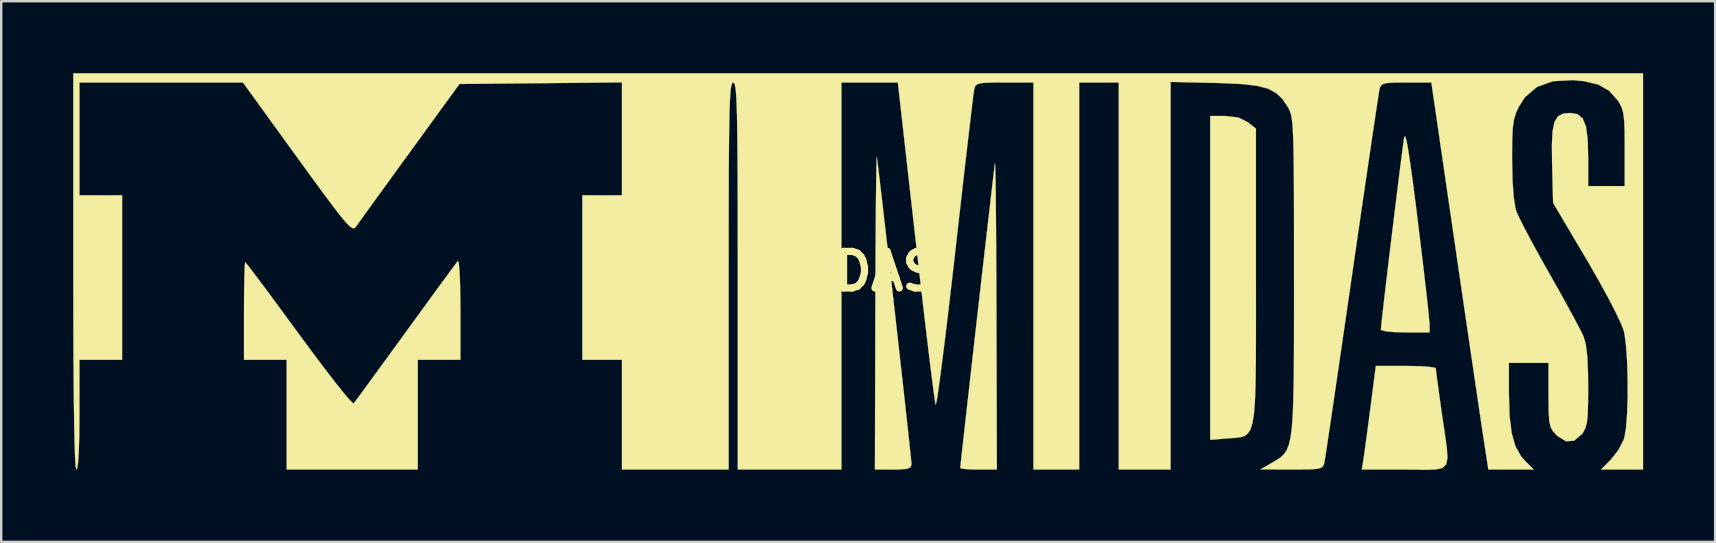
<source format=kicad_pcb>
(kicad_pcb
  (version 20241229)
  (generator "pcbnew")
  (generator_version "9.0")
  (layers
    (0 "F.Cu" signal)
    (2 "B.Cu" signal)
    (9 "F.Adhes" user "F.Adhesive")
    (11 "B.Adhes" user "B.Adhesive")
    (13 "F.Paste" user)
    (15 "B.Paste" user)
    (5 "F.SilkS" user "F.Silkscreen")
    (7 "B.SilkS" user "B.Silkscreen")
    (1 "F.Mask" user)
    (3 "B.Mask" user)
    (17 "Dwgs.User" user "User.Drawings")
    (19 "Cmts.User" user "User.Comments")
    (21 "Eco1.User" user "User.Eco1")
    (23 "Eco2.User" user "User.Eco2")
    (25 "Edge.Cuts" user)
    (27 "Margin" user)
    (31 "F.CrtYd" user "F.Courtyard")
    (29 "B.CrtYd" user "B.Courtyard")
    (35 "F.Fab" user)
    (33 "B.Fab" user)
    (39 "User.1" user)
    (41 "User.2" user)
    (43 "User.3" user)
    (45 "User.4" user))
  (footprint "MIDAS"
    (layer "F.Cu")
    (at 32.644 8.26)
    (property "Reference" "MIDAS" (at 0 0 0) (layer "F.SilkS") (effects (font (size 1.524 1.524) (thickness 0.3))))
    (attr through_hole)
    (fp_poly (pts (xy 15.903 -6.414) (xy 16.302 -6.214) (xy 16.637 -5.951) (xy 16.637 0.186) (xy 16.638 1.659) (xy 16.637 2.898) (xy 16.632 3.924) (xy 16.619 4.758) (xy 16.595 5.419) (xy 16.555 5.928) (xy 16.496 6.306) (xy 16.414 6.572) (xy 16.307 6.748) (xy 16.17 6.853) (xy 16 6.908) (xy 15.793 6.933) (xy 15.546 6.95) (xy 15.452 6.957) (xy 14.732 7.016) (xy 14.732 -6.477) (xy 15.35 -6.477) (xy 15.903 -6.414)) (stroke (width 0.01) (type solid)) (fill yes) (layer "F.SilkS"))
    (fp_poly (pts (xy 23.41 3.946) (xy 23.827 3.972) (xy 24.08 4.008) (xy 24.13 4.036) (xy 24.147 4.191) (xy 24.194 4.55) (xy 24.264 5.063) (xy 24.35 5.684) (xy 24.382 5.909) (xy 24.506 6.738) (xy 24.591 7.348) (xy 24.618 7.77) (xy 24.563 8.04) (xy 24.404 8.19) (xy 24.12 8.253) (xy 23.689 8.264) (xy 23.088 8.256) (xy 22.843 8.255) (xy 21.049 8.255) (xy 21.115 7.842) (xy 21.156 7.565) (xy 21.221 7.096) (xy 21.301 6.497) (xy 21.389 5.827) (xy 21.408 5.683) (xy 21.633 3.937) (xy 22.882 3.937) (xy 23.41 3.946)) (stroke (width 0.01) (type solid)) (fill yes) (layer "F.SilkS"))
    (fp_poly (pts (xy 0.868 -4.57) (xy 0.918 -4.159) (xy 0.989 -3.559) (xy 1.078 -2.799) (xy 1.18 -1.91) (xy 1.293 -0.921) (xy 1.414 0.139) (xy 1.538 1.239) (xy 1.664 2.349) (xy 1.786 3.44) (xy 1.903 4.483) (xy 2.01 5.446) (xy 2.104 6.302) (xy 2.182 7.019) (xy 2.24 7.569) (xy 2.276 7.92) (xy 2.286 8.042) (xy 2.243 8.163) (xy 2.078 8.228) (xy 1.737 8.253) (xy 1.524 8.255) (xy 0.762 8.255) (xy 0.779 1.619) (xy 0.783 0.358) (xy 0.789 -0.816) (xy 0.796 -1.879) (xy 0.803 -2.81) (xy 0.811 -3.586) (xy 0.82 -4.185) (xy 0.829 -4.583) (xy 0.838 -4.76) (xy 0.842 -4.763) (xy 0.868 -4.57)) (stroke (width 0.01) (type solid)) (fill yes) (layer "F.SilkS"))
    (fp_poly (pts (xy 5.772 -4.435) (xy 5.781 -4.131) (xy 5.79 -3.617) (xy 5.798 -2.917) (xy 5.806 -2.054) (xy 5.813 -1.049) (xy 5.819 0.075) (xy 5.823 1.296) (xy 5.825 1.746) (xy 5.842 8.255) (xy 5.08 8.255) (xy 4.678 8.245) (xy 4.402 8.221) (xy 4.318 8.192) (xy 4.332 8.047) (xy 4.372 7.68) (xy 4.433 7.12) (xy 4.514 6.396) (xy 4.611 5.537) (xy 4.719 4.573) (xy 4.837 3.535) (xy 4.96 2.45) (xy 5.085 1.349) (xy 5.209 0.261) (xy 5.329 -0.784) (xy 5.441 -1.757) (xy 5.541 -2.628) (xy 5.627 -3.369) (xy 5.695 -3.948) (xy 5.741 -4.337) (xy 5.763 -4.507) (xy 5.763 -4.508) (xy 5.772 -4.435)) (stroke (width 0.01) (type solid)) (fill yes) (layer "F.SilkS"))
    (fp_poly (pts (xy 22.905 -5.469) (xy 22.978 -5.089) (xy 23.071 -4.484) (xy 23.186 -3.645) (xy 23.324 -2.565) (xy 23.382 -2.095) (xy 23.502 -1.108) (xy 23.612 -0.189) (xy 23.707 0.629) (xy 23.784 1.31) (xy 23.838 1.821) (xy 23.867 2.129) (xy 23.871 2.191) (xy 23.876 2.54) (xy 22.86 2.54) (xy 22.388 2.527) (xy 22.033 2.491) (xy 21.854 2.44) (xy 21.844 2.423) (xy 21.859 2.249) (xy 21.901 1.861) (xy 21.965 1.298) (xy 22.047 0.597) (xy 22.142 -0.203) (xy 22.245 -1.064) (xy 22.353 -1.948) (xy 22.459 -2.816) (xy 22.56 -3.63) (xy 22.65 -4.353) (xy 22.726 -4.945) (xy 22.783 -5.369) (xy 22.815 -5.587) (xy 22.815 -5.588) (xy 22.851 -5.633) (xy 22.905 -5.469)) (stroke (width 0.01) (type solid)) (fill yes) (layer "F.SilkS"))
    (fp_poly (pts (xy -16.58 -0.359) (xy -16.551 -0.065) (xy -16.528 0.407) (xy -16.514 1.016) (xy -16.51 1.562) (xy -16.51 3.683) (xy -18.288 3.683) (xy -18.288 8.255) (xy -23.749 8.255) (xy -23.749 3.683) (xy -25.527 3.683) (xy -25.527 1.651) (xy -25.524 0.965) (xy -25.515 0.378) (xy -25.503 -0.068) (xy -25.487 -0.33) (xy -25.475 -0.381) (xy -25.39 -0.282) (xy -25.174 -0.004) (xy -24.848 0.429) (xy -24.429 0.991) (xy -23.938 1.657) (xy -23.392 2.401) (xy -23.237 2.613) (xy -22.679 3.369) (xy -22.168 4.048) (xy -21.723 4.625) (xy -21.362 5.076) (xy -21.106 5.376) (xy -20.972 5.502) (xy -20.96 5.502) (xy -20.864 5.376) (xy -20.639 5.071) (xy -20.305 4.615) (xy -19.883 4.036) (xy -19.391 3.361) (xy -18.85 2.617) (xy -18.794 2.54) (xy -18.249 1.79) (xy -17.75 1.105) (xy -17.317 0.512) (xy -16.971 0.04) (xy -16.731 -0.285) (xy -16.618 -0.434) (xy -16.615 -0.438) (xy -16.58 -0.359)) (stroke (width 0.01) (type solid)) (fill yes) (layer "F.SilkS"))
    (fp_poly (pts (xy 32.766 8.255) (xy 31.013 8.255) (xy 31.432 7.836) (xy 31.729 7.457) (xy 31.953 7.028) (xy 31.99 6.916) (xy 32.058 6.514) (xy 32.103 5.927) (xy 32.125 5.223) (xy 32.124 4.47) (xy 32.102 3.735) (xy 32.057 3.087) (xy 31.992 2.593) (xy 31.965 2.472) (xy 31.85 2.173) (xy 31.626 1.7) (xy 31.314 1.097) (xy 30.936 0.408) (xy 30.517 -0.325) (xy 30.409 -0.508) (xy 29.02 -2.857) (xy 28.977 -4.487) (xy 28.969 -5.275) (xy 28.998 -5.843) (xy 29.077 -6.227) (xy 29.218 -6.459) (xy 29.432 -6.574) (xy 29.73 -6.604) (xy 30.036 -6.552) (xy 30.251 -6.374) (xy 30.388 -6.04) (xy 30.46 -5.516) (xy 30.48 -4.798) (xy 30.48 -3.556) (xy 32.004 -3.556) (xy 32.004 -5.125) (xy 32 -5.796) (xy 31.982 -6.269) (xy 31.943 -6.597) (xy 31.875 -6.835) (xy 31.77 -7.039) (xy 31.714 -7.125) (xy 31.357 -7.527) (xy 30.899 -7.788) (xy 30.284 -7.932) (xy 29.845 -7.972) (xy 29.017 -7.927) (xy 28.353 -7.691) (xy 27.845 -7.259) (xy 27.591 -6.863) (xy 27.471 -6.599) (xy 27.39 -6.331) (xy 27.341 -6.002) (xy 27.317 -5.555) (xy 27.31 -4.932) (xy 27.311 -4.64) (xy 27.329 -3.781) (xy 27.378 -3.098) (xy 27.453 -2.622) (xy 27.487 -2.507) (xy 27.603 -2.247) (xy 27.823 -1.811) (xy 28.124 -1.243) (xy 28.483 -0.588) (xy 28.877 0.112) (xy 28.881 0.119) (xy 29.275 0.817) (xy 29.636 1.469) (xy 29.942 2.032) (xy 30.168 2.461) (xy 30.291 2.715) (xy 30.292 2.717) (xy 30.385 3.054) (xy 30.445 3.559) (xy 30.475 4.263) (xy 30.48 4.805) (xy 30.476 5.493) (xy 30.46 5.977) (xy 30.425 6.307) (xy 30.364 6.533) (xy 30.271 6.705) (xy 30.217 6.777) (xy 29.895 7.052) (xy 29.555 7.076) (xy 29.189 6.847) (xy 29.141 6.8) (xy 29.001 6.643) (xy 28.911 6.47) (xy 28.859 6.225) (xy 28.835 5.851) (xy 28.829 5.291) (xy 28.829 5.149) (xy 28.829 3.81) (xy 27.178 3.81) (xy 27.178 5.087) (xy 27.205 6.019) (xy 27.294 6.74) (xy 27.452 7.291) (xy 27.69 7.71) (xy 27.84 7.881) (xy 28.214 8.255) (xy 26.321 8.255) (xy 26.131 7.017) (xy 26.075 6.652) (xy 25.988 6.065) (xy 25.872 5.284) (xy 25.733 4.338) (xy 25.573 3.255) (xy 25.398 2.064) (xy 25.212 0.794) (xy 25.019 -0.527) (xy 24.943 -1.048) (xy 23.946 -7.874) (xy 22.897 -7.874) (xy 22.38 -7.869) (xy 22.064 -7.846) (xy 21.892 -7.789) (xy 21.813 -7.686) (xy 21.785 -7.588) (xy 21.755 -7.414) (xy 21.693 -7.01) (xy 21.601 -6.402) (xy 21.483 -5.61) (xy 21.343 -4.659) (xy 21.183 -3.571) (xy 21.007 -2.37) (xy 20.819 -1.077) (xy 20.635 0.191) (xy 20.438 1.547) (xy 20.251 2.835) (xy 20.076 4.03) (xy 19.918 5.109) (xy 19.779 6.05) (xy 19.663 6.83) (xy 19.574 7.425) (xy 19.514 7.814) (xy 19.488 7.969) (xy 19.447 8.098) (xy 19.358 8.181) (xy 19.174 8.227) (xy 18.847 8.248) (xy 18.327 8.252) (xy 18.127 8.252) (xy 16.828 8.249) (xy 17.3 7.975) (xy 17.496 7.861) (xy 17.662 7.75) (xy 17.801 7.622) (xy 17.915 7.456) (xy 18.006 7.231) (xy 18.078 6.926) (xy 18.132 6.521) (xy 18.17 5.994) (xy 18.196 5.326) (xy 18.213 4.494) (xy 18.221 3.479) (xy 18.224 2.26) (xy 18.225 0.815) (xy 18.224 0.191) (xy 18.224 -1.275) (xy 18.223 -2.508) (xy 18.22 -3.53) (xy 18.214 -4.363) (xy 18.204 -5.03) (xy 18.19 -5.551) (xy 18.171 -5.948) (xy 18.147 -6.244) (xy 18.115 -6.459) (xy 18.076 -6.616) (xy 18.029 -6.737) (xy 17.973 -6.842) (xy 17.966 -6.854) (xy 17.737 -7.19) (xy 17.475 -7.44) (xy 17.139 -7.617) (xy 16.687 -7.734) (xy 16.078 -7.806) (xy 15.27 -7.845) (xy 14.954 -7.854) (xy 13.081 -7.897) (xy 13.081 8.255) (xy 10.922 8.255) (xy 10.922 -7.874) (xy 9.271 -7.874) (xy 9.271 8.255) (xy 7.366 8.255) (xy 7.366 -7.874) (xy 6.162 -7.874) (xy 5.602 -7.871) (xy 5.245 -7.852) (xy 5.043 -7.809) (xy 4.944 -7.728) (xy 4.9 -7.598) (xy 4.897 -7.588) (xy 4.872 -7.409) (xy 4.821 -7.003) (xy 4.748 -6.394) (xy 4.655 -5.608) (xy 4.546 -4.668) (xy 4.423 -3.601) (xy 4.29 -2.431) (xy 4.148 -1.184) (xy 4.105 -0.797) (xy 3.962 0.452) (xy 3.826 1.616) (xy 3.699 2.673) (xy 3.583 3.6) (xy 3.483 4.373) (xy 3.4 4.971) (xy 3.339 5.37) (xy 3.3 5.548) (xy 3.293 5.553) (xy 3.264 5.4) (xy 3.21 5.019) (xy 3.134 4.434) (xy 3.038 3.668) (xy 2.927 2.745) (xy 2.802 1.691) (xy 2.667 0.528) (xy 2.524 -0.718) (xy 2.465 -1.238) (xy 1.717 -7.874) (xy -0.635 -7.874) (xy -0.635 8.255) (xy -4.953 8.255) (xy -4.953 0.191) (xy -4.954 -1.455) (xy -4.955 -2.865) (xy -4.959 -4.056) (xy -4.965 -5.047) (xy -4.974 -5.854) (xy -4.985 -6.496) (xy -5.001 -6.991) (xy -5.02 -7.356) (xy -5.043 -7.609) (xy -5.071 -7.768) (xy -5.104 -7.85) (xy -5.143 -7.874) (xy -5.144 -7.874) (xy -5.182 -7.851) (xy -5.216 -7.769) (xy -5.244 -7.61) (xy -5.267 -7.358) (xy -5.286 -6.994) (xy -5.301 -6.5) (xy -5.313 -5.859) (xy -5.322 -5.053) (xy -5.328 -4.064) (xy -5.331 -2.874) (xy -5.333 -1.466) (xy -5.334 0.178) (xy -5.334 8.255) (xy -9.779 8.255) (xy -9.779 3.683) (xy -11.43 3.683) (xy -11.43 -3.175) (xy -9.779 -3.175) (xy -9.779 -7.878) (xy -13.165 -7.844) (xy -16.55 -7.811) (xy -18.628 -4.953) (xy -19.179 -4.196) (xy -19.686 -3.496) (xy -20.13 -2.884) (xy -20.488 -2.387) (xy -20.741 -2.035) (xy -20.867 -1.858) (xy -20.871 -1.853) (xy -20.928 -1.798) (xy -21.007 -1.802) (xy -21.124 -1.883) (xy -21.296 -2.06) (xy -21.539 -2.354) (xy -21.869 -2.783) (xy -22.303 -3.367) (xy -22.857 -4.125) (xy -23.304 -4.742) (xy -25.573 -7.874) (xy -28.979 -7.874) (xy -32.385 -7.874) (xy -32.385 -3.175) (xy -30.607 -3.175) (xy -30.607 3.683) (xy -32.385 3.683) (xy -32.385 5.969) (xy -32.392 6.843) (xy -32.412 7.521) (xy -32.444 7.988) (xy -32.488 8.227) (xy -32.512 8.255) (xy -32.541 8.128) (xy -32.566 7.751) (xy -32.587 7.125) (xy -32.605 6.253) (xy -32.619 5.138) (xy -32.63 3.783) (xy -32.636 2.191) (xy -32.639 0.365) (xy -32.639 0) (xy -32.639 -8.255) (xy 32.766 -8.255) (xy 32.766 8.255)) (stroke (width 0.01) (type solid)) (fill yes) (layer "F.SilkS")))
  (gr_rect
    (start -3 -3)
    (end 68.415 19.529)
    (stroke (width 0.1) (type default))
    (fill no)
    (layer "Edge.Cuts")))
</source>
